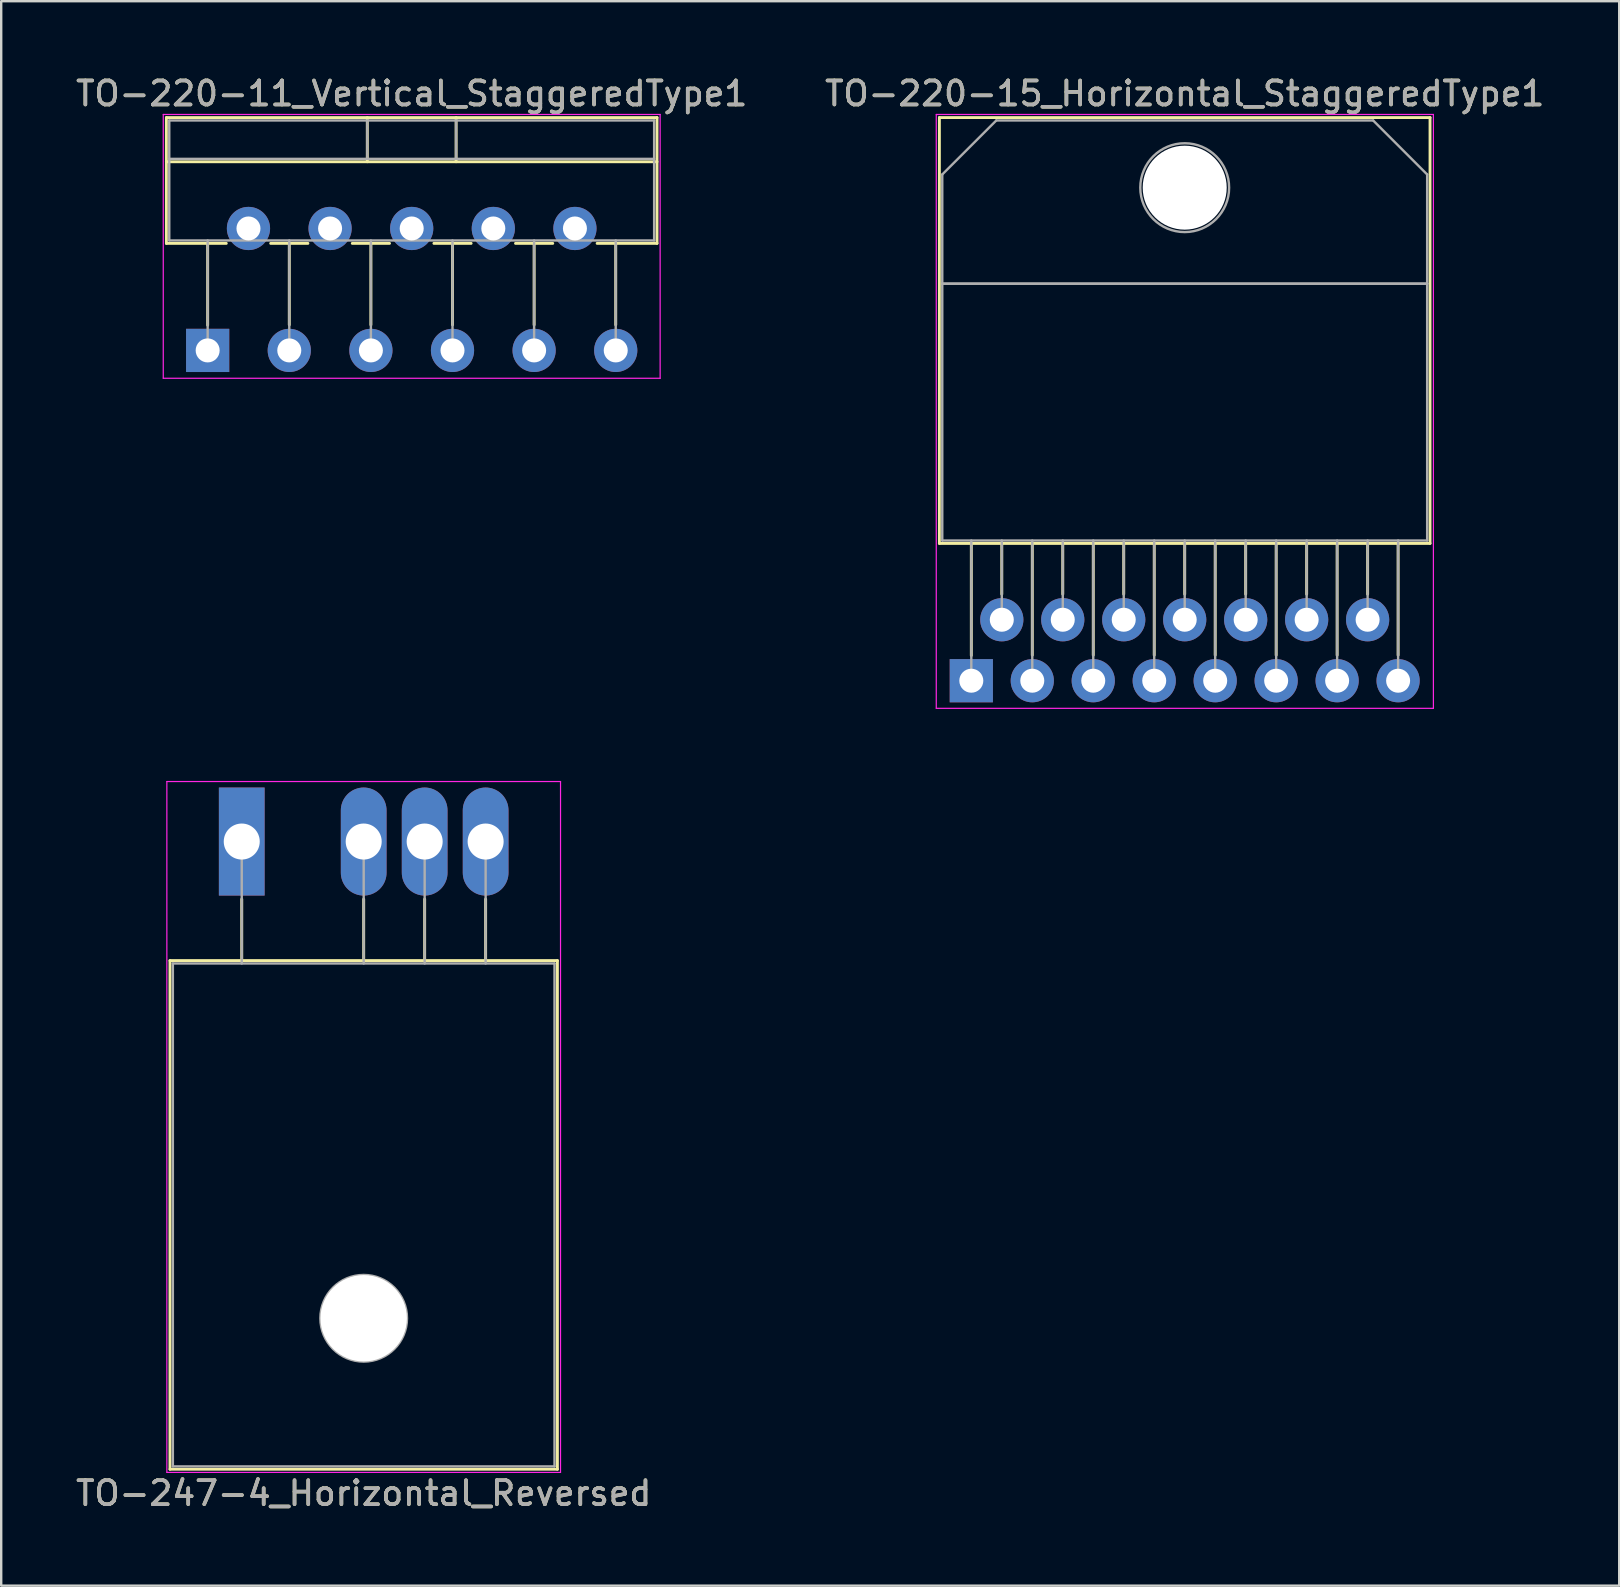
<source format=kicad_pcb>
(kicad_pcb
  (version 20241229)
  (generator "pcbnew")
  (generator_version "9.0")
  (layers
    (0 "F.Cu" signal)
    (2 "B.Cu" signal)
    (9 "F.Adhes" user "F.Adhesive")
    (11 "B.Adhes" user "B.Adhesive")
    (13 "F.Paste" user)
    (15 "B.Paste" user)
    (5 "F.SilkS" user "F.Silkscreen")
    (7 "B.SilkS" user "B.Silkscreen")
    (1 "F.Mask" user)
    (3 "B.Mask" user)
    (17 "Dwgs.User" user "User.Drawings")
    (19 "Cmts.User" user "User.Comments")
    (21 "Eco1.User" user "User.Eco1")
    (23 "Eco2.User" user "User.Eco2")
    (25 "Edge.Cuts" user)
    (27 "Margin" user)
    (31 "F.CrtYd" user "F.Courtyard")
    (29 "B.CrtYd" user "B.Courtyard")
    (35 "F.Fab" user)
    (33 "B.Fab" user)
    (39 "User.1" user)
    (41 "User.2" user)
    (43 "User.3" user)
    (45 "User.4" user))
  (footprint "TO-247-4_Horizontal_Reversed"
    (layer "F.Cu")
    (at 7.021 32.008)
    (property "Reference" "TO-247-4_Horizontal_Reversed" (at 5.08 27.15 0) (layer "F.SilkS") (effects (font (size 1 1) (thickness 0.15))))
    (attr through_hole)
    (fp_line (start -2.99 4.96) (end -2.99 26.15) (stroke (width 0.12) (type solid)) (layer "F.SilkS"))
    (fp_line (start -2.99 4.96) (end 13.15 4.96) (stroke (width 0.12) (type solid)) (layer "F.SilkS"))
    (fp_line (start -2.99 26.15) (end 13.15 26.15) (stroke (width 0.12) (type solid)) (layer "F.SilkS"))
    (fp_line (start 0 2.4) (end 0 4.96) (stroke (width 0.12) (type solid)) (layer "F.SilkS"))
    (fp_line (start 5.08 2.4) (end 5.08 4.96) (stroke (width 0.12) (type solid)) (layer "F.SilkS"))
    (fp_line (start 7.62 2.4) (end 7.62 4.96) (stroke (width 0.12) (type solid)) (layer "F.SilkS"))
    (fp_line (start 10.16 2.4) (end 10.16 4.96) (stroke (width 0.12) (type solid)) (layer "F.SilkS"))
    (fp_line (start 13.15 4.96) (end 13.15 26.15) (stroke (width 0.12) (type solid)) (layer "F.SilkS"))
    (fp_line (start -3.12 -2.5) (end -3.12 26.28) (stroke (width 0.05) (type solid)) (layer "F.CrtYd"))
    (fp_line (start -3.12 26.28) (end 13.28 26.28) (stroke (width 0.05) (type solid)) (layer "F.CrtYd"))
    (fp_line (start 13.28 -2.5) (end -3.12 -2.5) (stroke (width 0.05) (type solid)) (layer "F.CrtYd"))
    (fp_line (start 13.28 26.28) (end 13.28 -2.5) (stroke (width 0.05) (type solid)) (layer "F.CrtYd"))
    (fp_line (start -2.87 5.08) (end -2.87 26.03) (stroke (width 0.1) (type solid)) (layer "F.Fab"))
    (fp_line (start -2.87 26.03) (end 13.03 26.03) (stroke (width 0.1) (type solid)) (layer "F.Fab"))
    (fp_line (start 0 5.08) (end 0 0) (stroke (width 0.1) (type solid)) (layer "F.Fab"))
    (fp_line (start 5.08 5.08) (end 5.08 0) (stroke (width 0.1) (type solid)) (layer "F.Fab"))
    (fp_line (start 7.62 5.08) (end 7.62 0) (stroke (width 0.1) (type solid)) (layer "F.Fab"))
    (fp_line (start 10.16 5.08) (end 10.16 0) (stroke (width 0.1) (type solid)) (layer "F.Fab"))
    (fp_line (start 13.03 5.08) (end -2.87 5.08) (stroke (width 0.1) (type solid)) (layer "F.Fab"))
    (fp_line (start 13.03 26.03) (end 13.03 5.08) (stroke (width 0.1) (type solid)) (layer "F.Fab"))
    (fp_circle (center 5.08 19.86) (end 6.885 19.86) (stroke (width 0.1) (type solid)) (fill no) (layer "F.Fab"))
    (fp_text user "${REFERENCE}" (at 5.08 27.15 0) (layer "F.Fab") (effects (font (size 1 1) (thickness 0.15))))
    (pad "" np_thru_hole oval (at 5.08 19.86) (size 3.6 3.6) (drill 3.6) (layers "*.Cu" "*.Mask"))
    (pad "1" thru_hole rect (at 0 0) (size 1.905 4.5) (drill 1.5) (layers "*.Cu" "*.Mask"))
    (pad "2" thru_hole oval (at 5.08 0) (size 1.905 4.5) (drill 1.5) (layers "*.Cu" "*.Mask"))
    (pad "3" thru_hole oval (at 7.62 0) (size 1.905 4.5) (drill 1.5) (layers "*.Cu" "*.Mask"))
    (pad "4" thru_hole oval (at 10.16 0) (size 1.905 4.5) (drill 1.5) (layers "*.Cu" "*.Mask")))
  (footprint "TO-220-11_Vertical_StaggeredType1"
    (layer "F.Cu")
    (at 5.601 11.548)
    (property "Reference" "TO-220-11_Vertical_StaggeredType1" (at 8.5 -10.7 0) (layer "F.SilkS") (effects (font (size 1 1) (thickness 0.15))))
    (attr through_hole)
    (fp_line (start -1.72 -9.7) (end -1.72 -4.459) (stroke (width 0.12) (type solid)) (layer "F.SilkS"))
    (fp_line (start -1.72 -9.7) (end 18.72 -9.7) (stroke (width 0.12) (type solid)) (layer "F.SilkS"))
    (fp_line (start -1.72 -7.86) (end 18.72 -7.86) (stroke (width 0.12) (type solid)) (layer "F.SilkS"))
    (fp_line (start -1.72 -4.459) (end 0.776 -4.459) (stroke (width 0.12) (type solid)) (layer "F.SilkS"))
    (fp_line (start 0 -4.459) (end 0 -1.05) (stroke (width 0.12) (type solid)) (layer "F.SilkS"))
    (fp_line (start 2.625 -4.459) (end 4.176 -4.459) (stroke (width 0.12) (type solid)) (layer "F.SilkS"))
    (fp_line (start 3.4 -4.459) (end 3.4 -1.065) (stroke (width 0.12) (type solid)) (layer "F.SilkS"))
    (fp_line (start 6.025 -4.459) (end 7.576 -4.459) (stroke (width 0.12) (type solid)) (layer "F.SilkS"))
    (fp_line (start 6.65 -9.7) (end 6.65 -7.86) (stroke (width 0.12) (type solid)) (layer "F.SilkS"))
    (fp_line (start 6.8 -4.459) (end 6.8 -1.065) (stroke (width 0.12) (type solid)) (layer "F.SilkS"))
    (fp_line (start 9.425 -4.459) (end 10.976 -4.459) (stroke (width 0.12) (type solid)) (layer "F.SilkS"))
    (fp_line (start 10.2 -4.459) (end 10.2 -1.065) (stroke (width 0.12) (type solid)) (layer "F.SilkS"))
    (fp_line (start 10.35 -9.7) (end 10.35 -7.86) (stroke (width 0.12) (type solid)) (layer "F.SilkS"))
    (fp_line (start 12.825 -4.459) (end 14.376 -4.459) (stroke (width 0.12) (type solid)) (layer "F.SilkS"))
    (fp_line (start 13.6 -4.459) (end 13.6 -1.065) (stroke (width 0.12) (type solid)) (layer "F.SilkS"))
    (fp_line (start 16.225 -4.459) (end 18.72 -4.459) (stroke (width 0.12) (type solid)) (layer "F.SilkS"))
    (fp_line (start 17 -4.459) (end 17 -1.065) (stroke (width 0.12) (type solid)) (layer "F.SilkS"))
    (fp_line (start 18.72 -9.7) (end 18.72 -4.459) (stroke (width 0.12) (type solid)) (layer "F.SilkS"))
    (fp_line (start -1.85 -9.83) (end -1.85 1.16) (stroke (width 0.05) (type solid)) (layer "F.CrtYd"))
    (fp_line (start -1.85 1.16) (end 18.85 1.16) (stroke (width 0.05) (type solid)) (layer "F.CrtYd"))
    (fp_line (start 18.85 -9.83) (end -1.85 -9.83) (stroke (width 0.05) (type solid)) (layer "F.CrtYd"))
    (fp_line (start 18.85 1.16) (end 18.85 -9.83) (stroke (width 0.05) (type solid)) (layer "F.CrtYd"))
    (fp_line (start -1.6 -9.58) (end -1.6 -4.58) (stroke (width 0.1) (type solid)) (layer "F.Fab"))
    (fp_line (start -1.6 -7.98) (end 18.6 -7.98) (stroke (width 0.1) (type solid)) (layer "F.Fab"))
    (fp_line (start -1.6 -4.58) (end 18.6 -4.58) (stroke (width 0.1) (type solid)) (layer "F.Fab"))
    (fp_line (start 0 -4.58) (end 0 0) (stroke (width 0.1) (type solid)) (layer "F.Fab"))
    (fp_line (start 3.4 -4.58) (end 3.4 0) (stroke (width 0.1) (type solid)) (layer "F.Fab"))
    (fp_line (start 6.65 -9.58) (end 6.65 -7.98) (stroke (width 0.1) (type solid)) (layer "F.Fab"))
    (fp_line (start 6.8 -4.58) (end 6.8 0) (stroke (width 0.1) (type solid)) (layer "F.Fab"))
    (fp_line (start 10.2 -4.58) (end 10.2 0) (stroke (width 0.1) (type solid)) (layer "F.Fab"))
    (fp_line (start 10.35 -9.58) (end 10.35 -7.98) (stroke (width 0.1) (type solid)) (layer "F.Fab"))
    (fp_line (start 13.6 -4.58) (end 13.6 0) (stroke (width 0.1) (type solid)) (layer "F.Fab"))
    (fp_line (start 17 -4.58) (end 17 0) (stroke (width 0.1) (type solid)) (layer "F.Fab"))
    (fp_line (start 18.6 -9.58) (end -1.6 -9.58) (stroke (width 0.1) (type solid)) (layer "F.Fab"))
    (fp_line (start 18.6 -4.58) (end 18.6 -9.58) (stroke (width 0.1) (type solid)) (layer "F.Fab"))
    (fp_text user "${REFERENCE}" (at 8.5 -10.7 0) (layer "F.Fab") (effects (font (size 1 1) (thickness 0.15))))
    (pad "1" thru_hole rect (at 0 0) (size 1.8 1.8) (drill 1) (layers "*.Cu" "*.Mask"))
    (pad "2" thru_hole oval (at 1.7 -5.08) (size 1.8 1.8) (drill 1) (layers "*.Cu" "*.Mask"))
    (pad "3" thru_hole oval (at 3.4 0) (size 1.8 1.8) (drill 1) (layers "*.Cu" "*.Mask"))
    (pad "4" thru_hole oval (at 5.1 -5.08) (size 1.8 1.8) (drill 1) (layers "*.Cu" "*.Mask"))
    (pad "5" thru_hole oval (at 6.8 0) (size 1.8 1.8) (drill 1) (layers "*.Cu" "*.Mask"))
    (pad "6" thru_hole oval (at 8.5 -5.08) (size 1.8 1.8) (drill 1) (layers "*.Cu" "*.Mask"))
    (pad "7" thru_hole oval (at 10.2 0) (size 1.8 1.8) (drill 1) (layers "*.Cu" "*.Mask"))
    (pad "8" thru_hole oval (at 11.9 -5.08) (size 1.8 1.8) (drill 1) (layers "*.Cu" "*.Mask"))
    (pad "9" thru_hole oval (at 13.6 0) (size 1.8 1.8) (drill 1) (layers "*.Cu" "*.Mask"))
    (pad "10" thru_hole oval (at 15.3 -5.08) (size 1.8 1.8) (drill 1) (layers "*.Cu" "*.Mask"))
    (pad "11" thru_hole oval (at 17 0) (size 1.8 1.8) (drill 1) (layers "*.Cu" "*.Mask")))
  (footprint "TO-220-15_Horizontal_StaggeredType1"
    (layer "F.Cu")
    (at 37.414 25.308)
    (property "Reference" "TO-220-15_Horizontal_StaggeredType1" (at 8.89 -24.46 0) (layer "F.SilkS") (effects (font (size 1 1) (thickness 0.15))))
    (attr through_hole)
    (fp_line (start -1.33 -23.46) (end -1.33 -5.72) (stroke (width 0.12) (type solid)) (layer "F.SilkS"))
    (fp_line (start -1.33 -23.46) (end 19.11 -23.46) (stroke (width 0.12) (type solid)) (layer "F.SilkS"))
    (fp_line (start -1.33 -5.72) (end 19.11 -5.72) (stroke (width 0.12) (type solid)) (layer "F.SilkS"))
    (fp_line (start 0 -5.72) (end 0 -1.05) (stroke (width 0.12) (type solid)) (layer "F.SilkS"))
    (fp_line (start 1.27 -5.72) (end 1.27 -3.606) (stroke (width 0.12) (type solid)) (layer "F.SilkS"))
    (fp_line (start 2.54 -5.72) (end 2.54 -1.065) (stroke (width 0.12) (type solid)) (layer "F.SilkS"))
    (fp_line (start 3.81 -5.72) (end 3.81 -3.606) (stroke (width 0.12) (type solid)) (layer "F.SilkS"))
    (fp_line (start 5.08 -5.72) (end 5.08 -1.065) (stroke (width 0.12) (type solid)) (layer "F.SilkS"))
    (fp_line (start 6.35 -5.72) (end 6.35 -3.606) (stroke (width 0.12) (type solid)) (layer "F.SilkS"))
    (fp_line (start 7.62 -5.72) (end 7.62 -1.065) (stroke (width 0.12) (type solid)) (layer "F.SilkS"))
    (fp_line (start 8.89 -5.72) (end 8.89 -3.606) (stroke (width 0.12) (type solid)) (layer "F.SilkS"))
    (fp_line (start 10.16 -5.72) (end 10.16 -1.065) (stroke (width 0.12) (type solid)) (layer "F.SilkS"))
    (fp_line (start 11.43 -5.72) (end 11.43 -3.606) (stroke (width 0.12) (type solid)) (layer "F.SilkS"))
    (fp_line (start 12.7 -5.72) (end 12.7 -1.065) (stroke (width 0.12) (type solid)) (layer "F.SilkS"))
    (fp_line (start 13.97 -5.72) (end 13.97 -3.606) (stroke (width 0.12) (type solid)) (layer "F.SilkS"))
    (fp_line (start 15.24 -5.72) (end 15.24 -1.065) (stroke (width 0.12) (type solid)) (layer "F.SilkS"))
    (fp_line (start 16.51 -5.72) (end 16.51 -3.606) (stroke (width 0.12) (type solid)) (layer "F.SilkS"))
    (fp_line (start 17.78 -5.72) (end 17.78 -1.065) (stroke (width 0.12) (type solid)) (layer "F.SilkS"))
    (fp_line (start 19.11 -23.46) (end 19.11 -5.72) (stroke (width 0.12) (type solid)) (layer "F.SilkS"))
    (fp_line (start -1.46 -23.59) (end -1.46 1.15) (stroke (width 0.05) (type solid)) (layer "F.CrtYd"))
    (fp_line (start -1.46 1.15) (end 19.25 1.15) (stroke (width 0.05) (type solid)) (layer "F.CrtYd"))
    (fp_line (start 19.25 -23.59) (end -1.46 -23.59) (stroke (width 0.05) (type solid)) (layer "F.CrtYd"))
    (fp_line (start 19.25 1.15) (end 19.25 -23.59) (stroke (width 0.05) (type solid)) (layer "F.CrtYd"))
    (fp_line (start -1.21 -21.09) (end 1.041 -23.34) (stroke (width 0.1) (type solid)) (layer "F.Fab"))
    (fp_line (start -1.21 -16.54) (end -1.21 -21.09) (stroke (width 0.1) (type solid)) (layer "F.Fab"))
    (fp_line (start -1.21 -16.54) (end 18.99 -16.54) (stroke (width 0.1) (type solid)) (layer "F.Fab"))
    (fp_line (start -1.21 -5.84) (end -1.21 -16.54) (stroke (width 0.1) (type solid)) (layer "F.Fab"))
    (fp_line (start 0 -5.84) (end 0 0) (stroke (width 0.1) (type solid)) (layer "F.Fab"))
    (fp_line (start 1.041 -23.34) (end 16.74 -23.34) (stroke (width 0.1) (type solid)) (layer "F.Fab"))
    (fp_line (start 1.27 -5.84) (end 1.27 -2.54) (stroke (width 0.1) (type solid)) (layer "F.Fab"))
    (fp_line (start 2.54 -5.84) (end 2.54 0) (stroke (width 0.1) (type solid)) (layer "F.Fab"))
    (fp_line (start 3.81 -5.84) (end 3.81 -2.54) (stroke (width 0.1) (type solid)) (layer "F.Fab"))
    (fp_line (start 5.08 -5.84) (end 5.08 0) (stroke (width 0.1) (type solid)) (layer "F.Fab"))
    (fp_line (start 6.35 -5.84) (end 6.35 -2.54) (stroke (width 0.1) (type solid)) (layer "F.Fab"))
    (fp_line (start 7.62 -5.84) (end 7.62 0) (stroke (width 0.1) (type solid)) (layer "F.Fab"))
    (fp_line (start 8.89 -5.84) (end 8.89 -2.54) (stroke (width 0.1) (type solid)) (layer "F.Fab"))
    (fp_line (start 10.16 -5.84) (end 10.16 0) (stroke (width 0.1) (type solid)) (layer "F.Fab"))
    (fp_line (start 11.43 -5.84) (end 11.43 -2.54) (stroke (width 0.1) (type solid)) (layer "F.Fab"))
    (fp_line (start 12.7 -5.84) (end 12.7 0) (stroke (width 0.1) (type solid)) (layer "F.Fab"))
    (fp_line (start 13.97 -5.84) (end 13.97 -2.54) (stroke (width 0.1) (type solid)) (layer "F.Fab"))
    (fp_line (start 15.24 -5.84) (end 15.24 0) (stroke (width 0.1) (type solid)) (layer "F.Fab"))
    (fp_line (start 16.51 -5.84) (end 16.51 -2.54) (stroke (width 0.1) (type solid)) (layer "F.Fab"))
    (fp_line (start 16.74 -23.34) (end 18.99 -21.09) (stroke (width 0.1) (type solid)) (layer "F.Fab"))
    (fp_line (start 17.78 -5.84) (end 17.78 0) (stroke (width 0.1) (type solid)) (layer "F.Fab"))
    (fp_line (start 18.99 -21.09) (end 18.99 -16.54) (stroke (width 0.1) (type solid)) (layer "F.Fab"))
    (fp_line (start 18.99 -16.54) (end -1.21 -16.54) (stroke (width 0.1) (type solid)) (layer "F.Fab"))
    (fp_line (start 18.99 -16.54) (end 18.99 -5.84) (stroke (width 0.1) (type solid)) (layer "F.Fab"))
    (fp_line (start 18.99 -5.84) (end -1.21 -5.84) (stroke (width 0.1) (type solid)) (layer "F.Fab"))
    (fp_circle (center 8.89 -20.54) (end 10.74 -20.54) (stroke (width 0.1) (type solid)) (fill no) (layer "F.Fab"))
    (fp_text user "${REFERENCE}" (at 8.89 -24.46 0) (layer "F.Fab") (effects (font (size 1 1) (thickness 0.15))))
    (pad "" np_thru_hole oval (at 8.89 -20.54) (size 3.5 3.5) (drill 3.5) (layers "*.Cu" "*.Mask"))
    (pad "1" thru_hole rect (at 0 0) (size 1.8 1.8) (drill 1) (layers "*.Cu" "*.Mask"))
    (pad "2" thru_hole oval (at 1.27 -2.54) (size 1.8 1.8) (drill 1) (layers "*.Cu" "*.Mask"))
    (pad "3" thru_hole oval (at 2.54 0) (size 1.8 1.8) (drill 1) (layers "*.Cu" "*.Mask"))
    (pad "4" thru_hole oval (at 3.81 -2.54) (size 1.8 1.8) (drill 1) (layers "*.Cu" "*.Mask"))
    (pad "5" thru_hole oval (at 5.08 0) (size 1.8 1.8) (drill 1) (layers "*.Cu" "*.Mask"))
    (pad "6" thru_hole oval (at 6.35 -2.54) (size 1.8 1.8) (drill 1) (layers "*.Cu" "*.Mask"))
    (pad "7" thru_hole oval (at 7.62 0) (size 1.8 1.8) (drill 1) (layers "*.Cu" "*.Mask"))
    (pad "8" thru_hole oval (at 8.89 -2.54) (size 1.8 1.8) (drill 1) (layers "*.Cu" "*.Mask"))
    (pad "9" thru_hole oval (at 10.16 0) (size 1.8 1.8) (drill 1) (layers "*.Cu" "*.Mask"))
    (pad "10" thru_hole oval (at 11.43 -2.54) (size 1.8 1.8) (drill 1) (layers "*.Cu" "*.Mask"))
    (pad "11" thru_hole oval (at 12.7 0) (size 1.8 1.8) (drill 1) (layers "*.Cu" "*.Mask"))
    (pad "12" thru_hole oval (at 13.97 -2.54) (size 1.8 1.8) (drill 1) (layers "*.Cu" "*.Mask"))
    (pad "13" thru_hole oval (at 15.24 0) (size 1.8 1.8) (drill 1) (layers "*.Cu" "*.Mask"))
    (pad "14" thru_hole oval (at 16.51 -2.54) (size 1.8 1.8) (drill 1) (layers "*.Cu" "*.Mask"))
    (pad "15" thru_hole oval (at 17.78 0) (size 1.8 1.8) (drill 1) (layers "*.Cu" "*.Mask")))
  (gr_rect
    (start -3 -3)
    (end 64.405 63.007)
    (stroke (width 0.1) (type default))
    (fill no)
    (layer "Edge.Cuts")))
</source>
